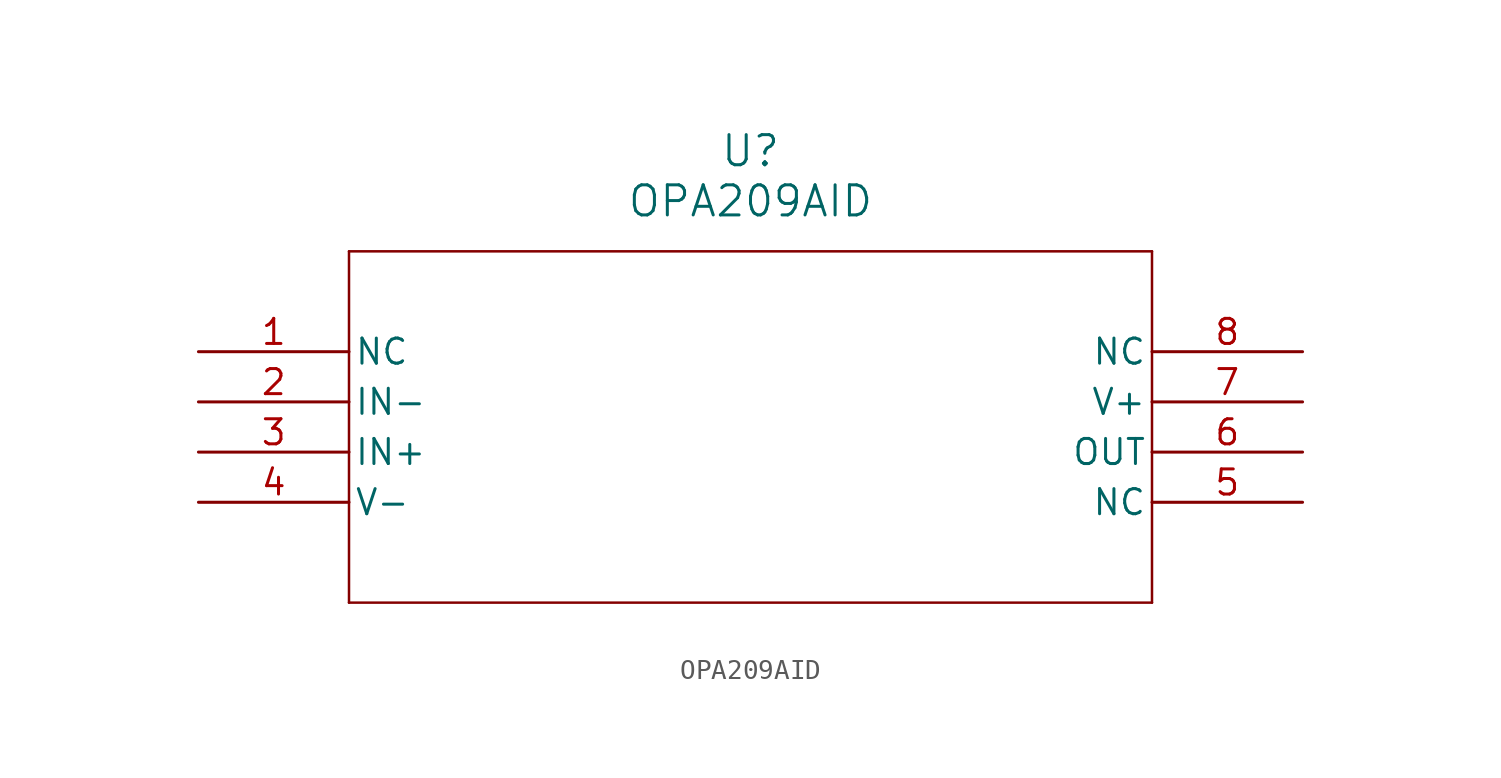
<source format=kicad_sym>
(kicad_symbol_lib
  (version 20211014)
  (generator kicad_symbol_editor)
  (symbol "OPA209AID"
    (pin_names
      (offset 0.254))
    (property "Reference" "U"
      (at 27.94 10.16 0)
      (effects (font (size 1.524 1.524))))
    (property "Value" "OPA209AID"
      (at 27.94 7.62 0)
      (effects (font (size 1.524 1.524))))
    (symbol "OPA209AID_0_1"
      (polyline (pts (xy 7.62 5.08) (xy 7.62 -12.7)) (stroke (width 0.127) (type default) (color 0 0 0 0)) (fill (type none)))
      (polyline (pts (xy 7.62 -12.7) (xy 48.26 -12.7)) (stroke (width 0.127) (type default) (color 0 0 0 0)) (fill (type none)))
      (polyline (pts (xy 48.26 -12.7) (xy 48.26 5.08)) (stroke (width 0.127) (type default) (color 0 0 0 0)) (fill (type none)))
      (polyline (pts (xy 48.26 5.08) (xy 7.62 5.08)) (stroke (width 0.127) (type default) (color 0 0 0 0)) (fill (type none)))
      (pin unspecified line (at 0 0 0) (length 7.62) (name "NC" (effects (font (size 1.27 1.27)))) (number "1" (effects (font (size 1.27 1.27)))))
      (pin input line (at 0 -2.54 0) (length 7.62) (name "IN-" (effects (font (size 1.27 1.27)))) (number "2" (effects (font (size 1.27 1.27)))))
      (pin input line (at 0 -5.08 0) (length 7.62) (name "IN+" (effects (font (size 1.27 1.27)))) (number "3" (effects (font (size 1.27 1.27)))))
      (pin power_in line (at 0 -7.62 0) (length 7.62) (name "V-" (effects (font (size 1.27 1.27)))) (number "4" (effects (font (size 1.27 1.27)))))
      (pin unspecified line (at 55.88 -7.62 180) (length 7.62) (name "NC" (effects (font (size 1.27 1.27)))) (number "5" (effects (font (size 1.27 1.27)))))
      (pin output line (at 55.88 -5.08 180) (length 7.62) (name "OUT" (effects (font (size 1.27 1.27)))) (number "6" (effects (font (size 1.27 1.27)))))
      (pin power_in line (at 55.88 -2.54 180) (length 7.62) (name "V+" (effects (font (size 1.27 1.27)))) (number "7" (effects (font (size 1.27 1.27)))))
      (pin unspecified line (at 55.88 0 180) (length 7.62) (name "NC" (effects (font (size 1.27 1.27)))) (number "8" (effects (font (size 1.27 1.27))))))))
</source>
